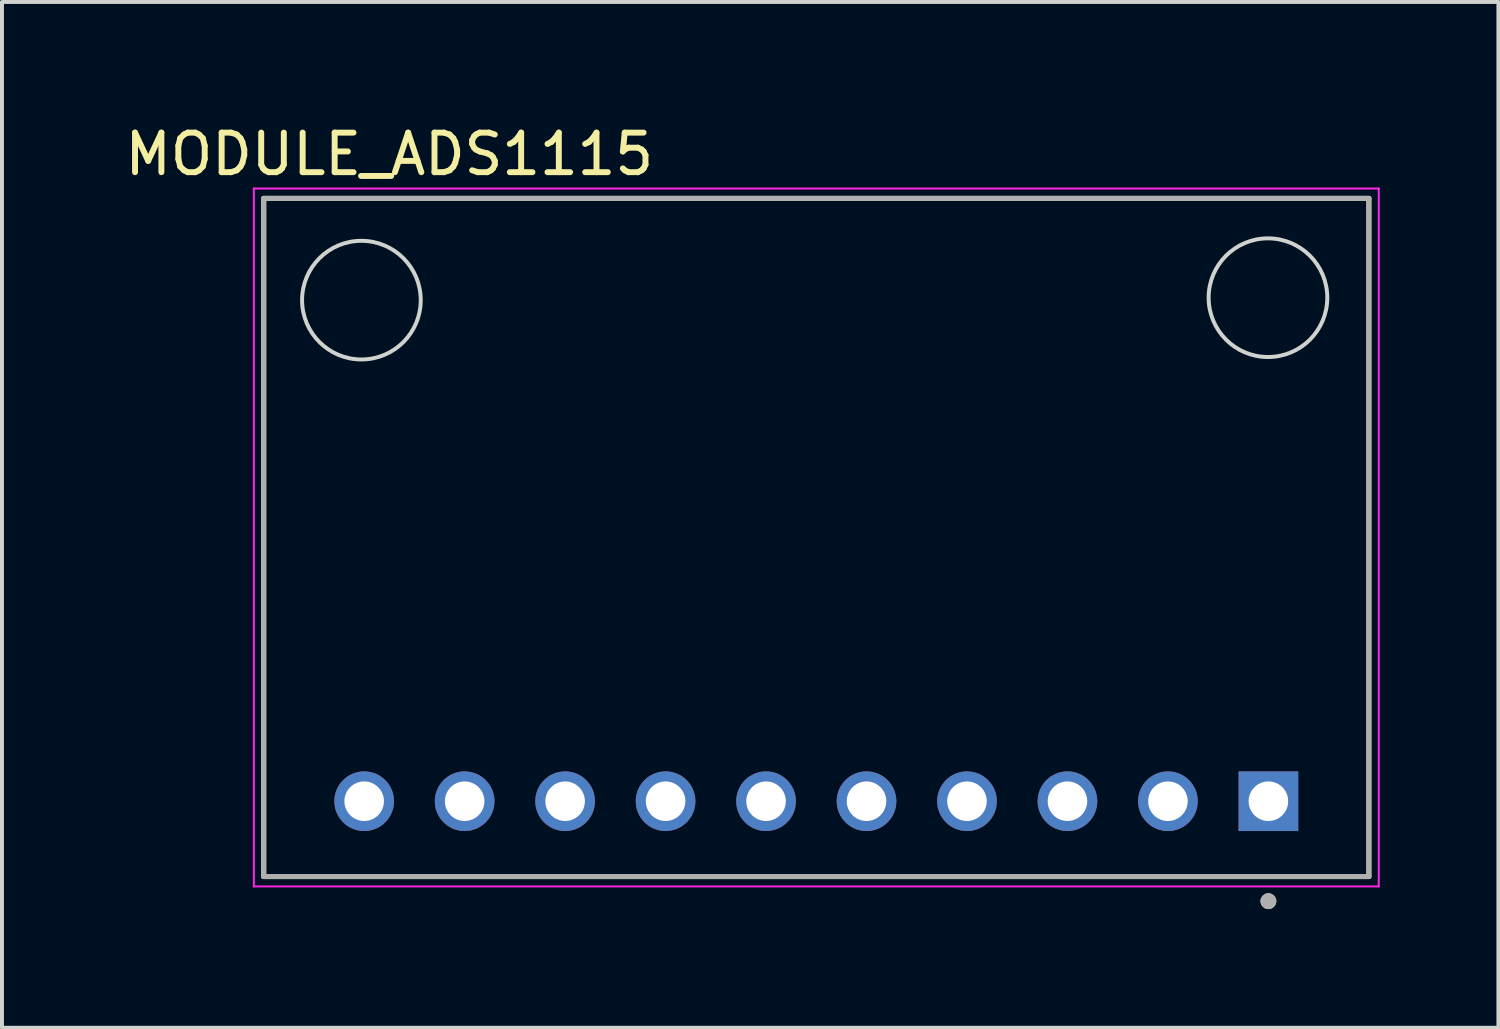
<source format=kicad_pcb>
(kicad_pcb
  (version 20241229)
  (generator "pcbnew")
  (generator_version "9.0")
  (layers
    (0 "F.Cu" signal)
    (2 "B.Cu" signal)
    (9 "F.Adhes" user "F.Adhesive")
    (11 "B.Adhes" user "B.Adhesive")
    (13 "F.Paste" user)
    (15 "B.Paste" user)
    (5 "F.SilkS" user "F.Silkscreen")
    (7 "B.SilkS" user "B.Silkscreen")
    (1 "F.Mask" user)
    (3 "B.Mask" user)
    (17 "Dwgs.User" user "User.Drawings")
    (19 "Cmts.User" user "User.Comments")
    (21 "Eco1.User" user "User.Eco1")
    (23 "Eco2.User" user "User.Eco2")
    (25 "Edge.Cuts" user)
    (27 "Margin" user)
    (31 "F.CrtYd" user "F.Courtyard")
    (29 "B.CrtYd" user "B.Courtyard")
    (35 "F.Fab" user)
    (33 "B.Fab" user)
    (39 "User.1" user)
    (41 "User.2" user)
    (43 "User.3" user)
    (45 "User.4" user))
  (footprint "MODULE_ADS1115"
    (layer "F.Cu")
    (at 17.587 10.538)
    (property "Reference" "MODULE_ADS1115" (at -10.795 -9.69 0) (layer "F.SilkS") (effects (font (size 1 1) (thickness 0.15))))
    (attr through_hole)
    (fp_line (start -13.97 -8.572) (end 13.97 -8.572) (stroke (width 0.127) (type solid)) (layer "F.SilkS"))
    (fp_line (start -13.97 8.572) (end -13.97 -8.572) (stroke (width 0.127) (type solid)) (layer "F.SilkS"))
    (fp_line (start 13.97 -8.572) (end 13.97 8.572) (stroke (width 0.127) (type solid)) (layer "F.SilkS"))
    (fp_line (start 13.97 8.572) (end -13.97 8.572) (stroke (width 0.127) (type solid)) (layer "F.SilkS"))
    (fp_circle (center 11.43 9.195) (end 11.53 9.195) (stroke (width 0.2) (type solid)) (fill no) (layer "F.SilkS"))
    (fp_circle (center -11.5 -6) (end -10 -6) (stroke (width 0.1) (type default)) (fill no) (layer "Edge.Cuts"))
    (fp_circle (center 11.419 -6.062) (end 12.919 -6.062) (stroke (width 0.1) (type default)) (fill no) (layer "Edge.Cuts"))
    (fp_line (start -14.22 -8.822) (end 14.22 -8.822) (stroke (width 0.05) (type solid)) (layer "F.CrtYd"))
    (fp_line (start -14.22 8.822) (end -14.22 -8.822) (stroke (width 0.05) (type solid)) (layer "F.CrtYd"))
    (fp_line (start 14.22 -8.822) (end 14.22 8.822) (stroke (width 0.05) (type solid)) (layer "F.CrtYd"))
    (fp_line (start 14.22 8.822) (end -14.22 8.822) (stroke (width 0.05) (type solid)) (layer "F.CrtYd"))
    (fp_line (start -13.97 -8.572) (end 13.97 -8.572) (stroke (width 0.127) (type solid)) (layer "F.Fab"))
    (fp_line (start -13.97 8.572) (end -13.97 -8.572) (stroke (width 0.127) (type solid)) (layer "F.Fab"))
    (fp_line (start 13.97 -8.572) (end 13.97 8.572) (stroke (width 0.127) (type solid)) (layer "F.Fab"))
    (fp_line (start 13.97 8.572) (end -13.97 8.572) (stroke (width 0.127) (type solid)) (layer "F.Fab"))
    (fp_circle (center 11.43 9.195) (end 11.53 9.195) (stroke (width 0.2) (type solid)) (fill no) (layer "F.Fab"))
    (pad "1" thru_hole rect (at 11.43 6.668) (size 1.508 1.508) (drill 1) (layers "*.Cu" "*.Mask"))
    (pad "2" thru_hole circle (at 8.89 6.668) (size 1.508 1.508) (drill 1) (layers "*.Cu" "*.Mask"))
    (pad "3" thru_hole circle (at 6.35 6.668) (size 1.508 1.508) (drill 1) (layers "*.Cu" "*.Mask"))
    (pad "4" thru_hole circle (at 3.81 6.668) (size 1.508 1.508) (drill 1) (layers "*.Cu" "*.Mask"))
    (pad "5" thru_hole circle (at 1.27 6.668) (size 1.508 1.508) (drill 1) (layers "*.Cu" "*.Mask"))
    (pad "6" thru_hole circle (at -1.27 6.668) (size 1.508 1.508) (drill 1) (layers "*.Cu" "*.Mask"))
    (pad "7" thru_hole circle (at -3.81 6.668) (size 1.508 1.508) (drill 1) (layers "*.Cu" "*.Mask"))
    (pad "8" thru_hole circle (at -6.35 6.668) (size 1.508 1.508) (drill 1) (layers "*.Cu" "*.Mask"))
    (pad "9" thru_hole circle (at -8.89 6.668) (size 1.508 1.508) (drill 1) (layers "*.Cu" "*.Mask"))
    (pad "10" thru_hole circle (at -11.43 6.668) (size 1.508 1.508) (drill 1) (layers "*.Cu" "*.Mask")))
  (gr_rect
    (start -3 -3)
    (end 34.832 22.933)
    (stroke (width 0.1) (type default))
    (fill no)
    (layer "Edge.Cuts")))
</source>
